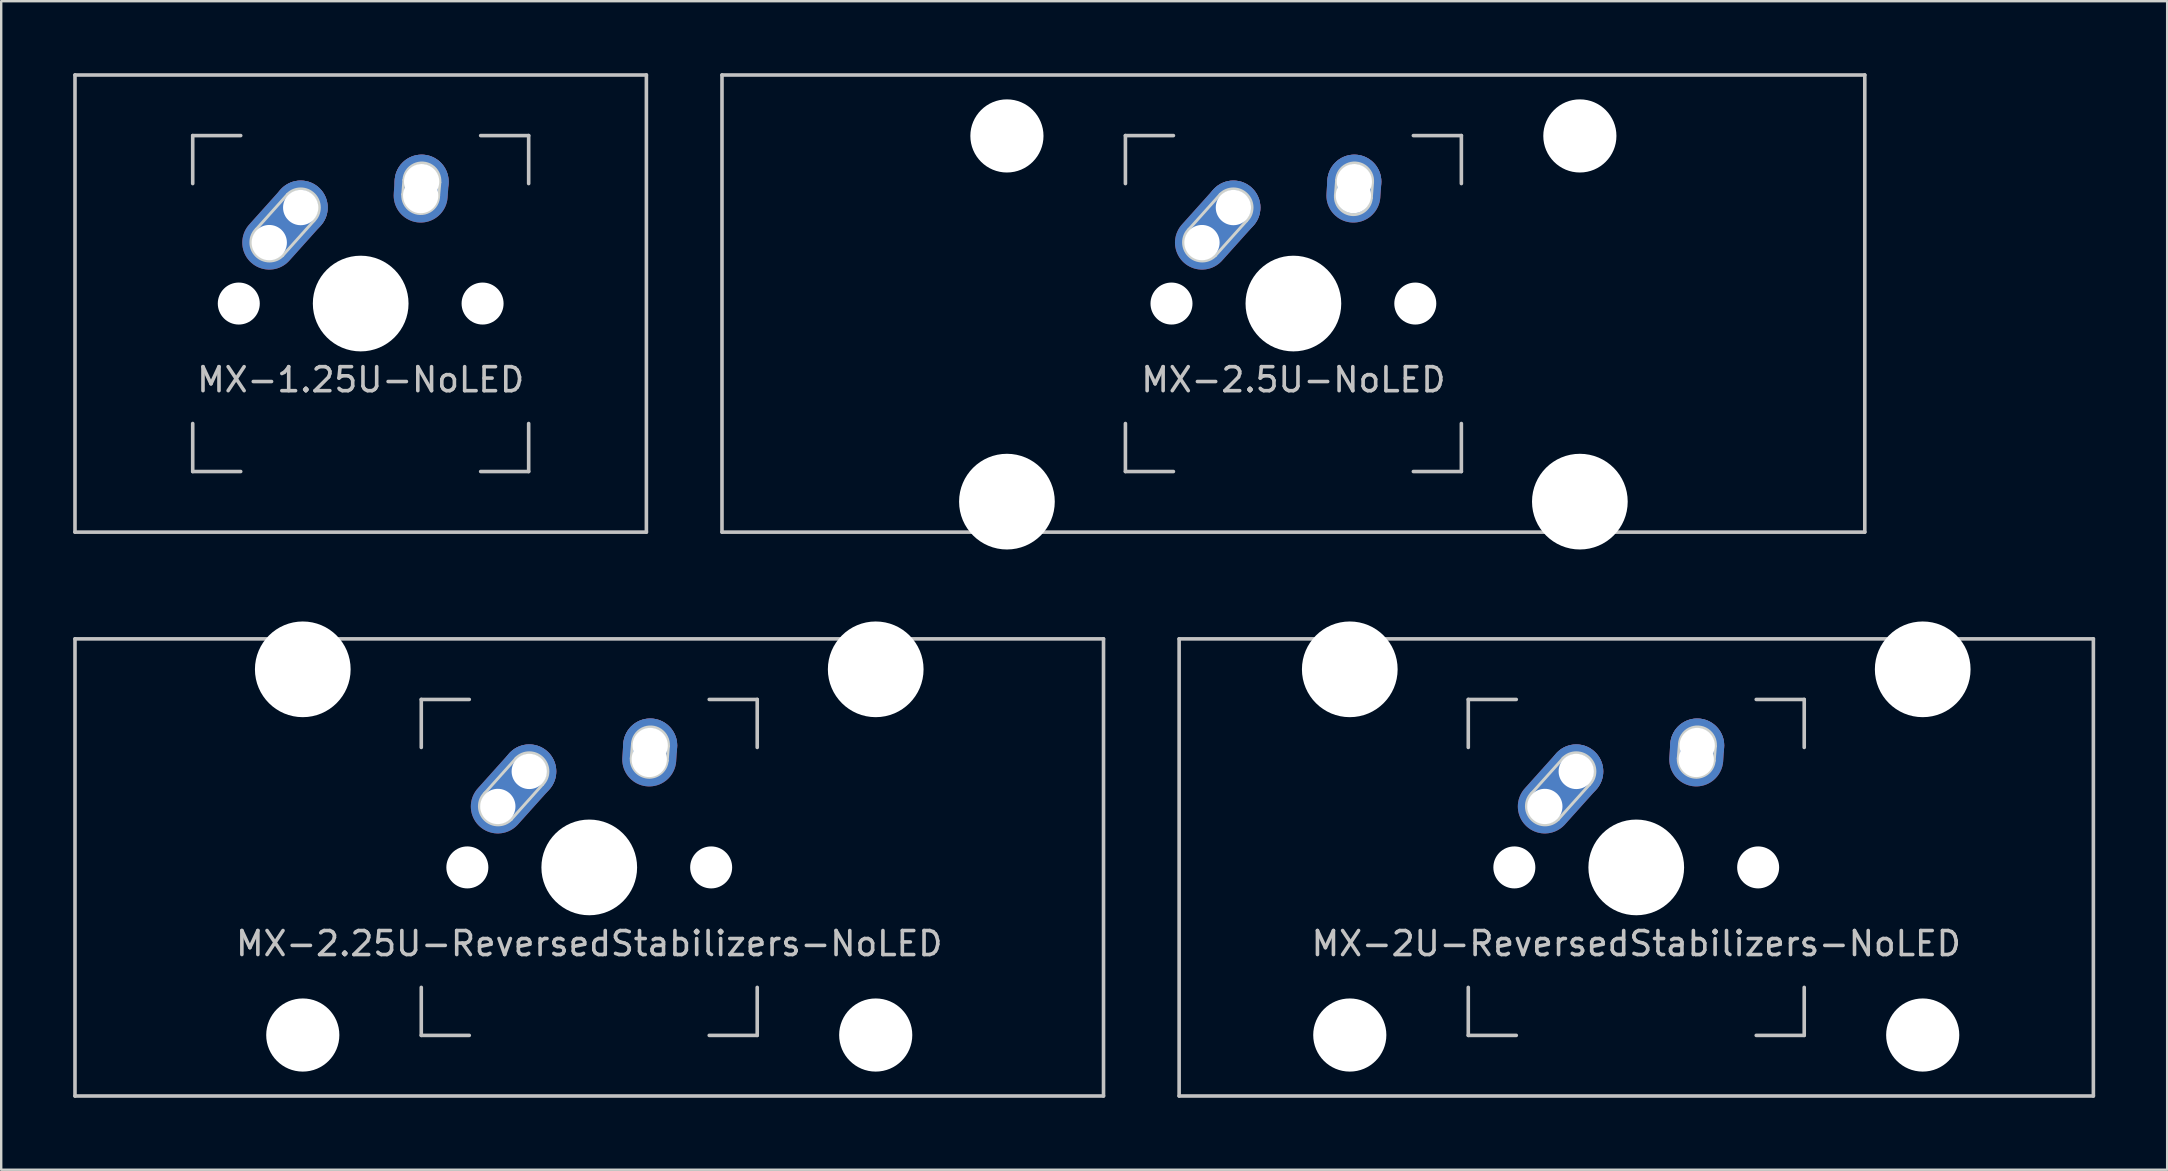
<source format=kicad_pcb>
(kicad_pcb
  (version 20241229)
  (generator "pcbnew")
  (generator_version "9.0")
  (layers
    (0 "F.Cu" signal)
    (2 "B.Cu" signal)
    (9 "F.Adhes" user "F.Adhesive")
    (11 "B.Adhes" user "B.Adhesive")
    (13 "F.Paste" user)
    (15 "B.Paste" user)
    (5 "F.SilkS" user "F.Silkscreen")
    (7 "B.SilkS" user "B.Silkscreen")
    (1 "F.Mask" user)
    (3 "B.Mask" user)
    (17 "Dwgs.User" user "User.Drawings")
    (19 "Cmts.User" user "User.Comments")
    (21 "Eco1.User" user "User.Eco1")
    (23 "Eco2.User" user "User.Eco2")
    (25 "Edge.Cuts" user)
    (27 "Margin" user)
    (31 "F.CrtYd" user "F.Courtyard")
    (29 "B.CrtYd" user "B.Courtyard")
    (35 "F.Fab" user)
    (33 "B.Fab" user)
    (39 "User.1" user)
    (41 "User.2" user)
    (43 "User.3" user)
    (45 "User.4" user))
  (footprint "MX-2.25U-ReversedStabilizers-NoLED"
    (layer "F.Cu")
    (at 21.506 33.098)
    (property "Reference" "MX-2.25U-ReversedStabilizers-NoLED" (at 0 3.175 0) (layer "Dwgs.User") (effects (font (size 1 1) (thickness 0.15))))
    (fp_line (start -21.431 -9.525) (end 21.431 -9.525) (stroke (width 0.15) (type solid)) (layer "Dwgs.User"))
    (fp_line (start -21.431 9.525) (end -21.431 -9.525) (stroke (width 0.15) (type solid)) (layer "Dwgs.User"))
    (fp_line (start -21.431 9.525) (end 21.431 9.525) (stroke (width 0.15) (type solid)) (layer "Dwgs.User"))
    (fp_line (start -7 -7) (end -7 -5) (stroke (width 0.15) (type solid)) (layer "Dwgs.User"))
    (fp_line (start -7 5) (end -7 7) (stroke (width 0.15) (type solid)) (layer "Dwgs.User"))
    (fp_line (start -7 7) (end -5 7) (stroke (width 0.15) (type solid)) (layer "Dwgs.User"))
    (fp_line (start -5 -7) (end -7 -7) (stroke (width 0.15) (type solid)) (layer "Dwgs.User"))
    (fp_line (start 5 -7) (end 7 -7) (stroke (width 0.15) (type solid)) (layer "Dwgs.User"))
    (fp_line (start 5 7) (end 7 7) (stroke (width 0.15) (type solid)) (layer "Dwgs.User"))
    (fp_line (start 7 -7) (end 7 -5) (stroke (width 0.15) (type solid)) (layer "Dwgs.User"))
    (fp_line (start 7 7) (end 7 5) (stroke (width 0.15) (type solid)) (layer "Dwgs.User"))
    (fp_line (start 21.431 -9.525) (end 21.431 9.525) (stroke (width 0.15) (type solid)) (layer "Dwgs.User"))
    (fp_line (start -4.35 -3.1) (end -3.05 -4.55) (stroke (width 0.12) (type solid)) (layer "Edge.Cuts"))
    (fp_line (start -1.95 -3.45) (end -3.25 -2) (stroke (width 0.12) (type solid)) (layer "Edge.Cuts"))
    (fp_line (start 1.8 -5.144) (end 1.75 -4.55) (stroke (width 0.12) (type solid)) (layer "Edge.Cuts"))
    (fp_line (start 3.3 -5.05) (end 3.25 -4.45) (stroke (width 0.12) (type solid)) (layer "Edge.Cuts"))
    (fp_arc (start -3.25 -2) (mid -4.35 -2) (end -4.35 -3.1) (stroke (width 0.12) (type solid)) (layer "Edge.Cuts"))
    (fp_arc (start -3.05 -4.55) (mid -1.95 -4.55) (end -1.95 -3.45) (stroke (width 0.12) (type solid)) (layer "Edge.Cuts"))
    (fp_arc (start 1.799633 -5.144139) (mid 2.59707 -5.850189) (end 3.299999 -5.05) (stroke (width 0.12) (type solid)) (layer "Edge.Cuts"))
    (fp_arc (start 3.249999 -4.45) (mid 2.45 -3.750001) (end 1.750001 -4.55) (stroke (width 0.12) (type solid)) (layer "Edge.Cuts"))
    (pad "" np_thru_hole circle (at -11.938 -8.255) (size 3.988 3.988) (drill 3.988) (layers "*.Cu" "*.Mask"))
    (pad "" np_thru_hole circle (at -11.938 6.985) (size 3.048 3.048) (drill 3.048) (layers "*.Cu" "*.Mask"))
    (pad "" np_thru_hole circle (at -5.08 0 48.1) (size 1.75 1.75) (drill 1.75) (layers "*.Cu" "*.Mask"))
    (pad "" np_thru_hole circle (at 0 0) (size 3.988 3.988) (drill 3.988) (layers "*.Cu" "*.Mask"))
    (pad "" np_thru_hole circle (at 5.08 0 48.1) (size 1.75 1.75) (drill 1.75) (layers "*.Cu" "*.Mask"))
    (pad "" np_thru_hole circle (at 11.938 -8.255) (size 3.988 3.988) (drill 3.988) (layers "*.Cu" "*.Mask"))
    (pad "" np_thru_hole circle (at 11.938 6.985) (size 3.048 3.048) (drill 3.048) (layers "*.Cu" "*.Mask"))
    (pad "1" thru_hole oval (at -3.81 -2.54 48.1) (size 4.212 2.25) (drill 1.47 (offset 0.981 0)) (layers "*.Cu" "B.Mask"))
    (pad "1" thru_hole circle (at -2.5 -4) (size 2.25 2.25) (drill 1.47) (layers "*.Cu" "B.Mask"))
    (pad "2" thru_hole oval (at 2.5 -4.5 86.055) (size 2.831 2.25) (drill 1.47 (offset 0.291 0)) (layers "*.Cu" "B.Mask"))
    (pad "2" thru_hole circle (at 2.54 -5.08) (size 2.25 2.25) (drill 1.47) (layers "*.Cu" "B.Mask")))
  (footprint "MX-2U-ReversedStabilizers-NoLED"
    (layer "F.Cu")
    (at 65.138 33.098)
    (property "Reference" "MX-2U-ReversedStabilizers-NoLED" (at 0 3.175 0) (layer "Dwgs.User") (effects (font (size 1 1) (thickness 0.15))))
    (fp_line (start -19.05 -9.525) (end 19.05 -9.525) (stroke (width 0.15) (type solid)) (layer "Dwgs.User"))
    (fp_line (start -19.05 9.525) (end -19.05 -9.525) (stroke (width 0.15) (type solid)) (layer "Dwgs.User"))
    (fp_line (start -19.05 9.525) (end 19.05 9.525) (stroke (width 0.15) (type solid)) (layer "Dwgs.User"))
    (fp_line (start -7 -7) (end -7 -5) (stroke (width 0.15) (type solid)) (layer "Dwgs.User"))
    (fp_line (start -7 5) (end -7 7) (stroke (width 0.15) (type solid)) (layer "Dwgs.User"))
    (fp_line (start -7 7) (end -5 7) (stroke (width 0.15) (type solid)) (layer "Dwgs.User"))
    (fp_line (start -5 -7) (end -7 -7) (stroke (width 0.15) (type solid)) (layer "Dwgs.User"))
    (fp_line (start 5 -7) (end 7 -7) (stroke (width 0.15) (type solid)) (layer "Dwgs.User"))
    (fp_line (start 5 7) (end 7 7) (stroke (width 0.15) (type solid)) (layer "Dwgs.User"))
    (fp_line (start 7 -7) (end 7 -5) (stroke (width 0.15) (type solid)) (layer "Dwgs.User"))
    (fp_line (start 7 7) (end 7 5) (stroke (width 0.15) (type solid)) (layer "Dwgs.User"))
    (fp_line (start 19.05 -9.525) (end 19.05 9.525) (stroke (width 0.15) (type solid)) (layer "Dwgs.User"))
    (fp_line (start -4.35 -3.1) (end -3.05 -4.55) (stroke (width 0.12) (type solid)) (layer "Edge.Cuts"))
    (fp_line (start -1.95 -3.45) (end -3.25 -2) (stroke (width 0.12) (type solid)) (layer "Edge.Cuts"))
    (fp_line (start 1.8 -5.144) (end 1.75 -4.55) (stroke (width 0.12) (type solid)) (layer "Edge.Cuts"))
    (fp_line (start 3.3 -5.05) (end 3.25 -4.45) (stroke (width 0.12) (type solid)) (layer "Edge.Cuts"))
    (fp_arc (start -3.25 -2) (mid -4.35 -2) (end -4.35 -3.1) (stroke (width 0.12) (type solid)) (layer "Edge.Cuts"))
    (fp_arc (start -3.05 -4.55) (mid -1.95 -4.55) (end -1.95 -3.45) (stroke (width 0.12) (type solid)) (layer "Edge.Cuts"))
    (fp_arc (start 1.799633 -5.144139) (mid 2.59707 -5.850189) (end 3.299999 -5.05) (stroke (width 0.12) (type solid)) (layer "Edge.Cuts"))
    (fp_arc (start 3.249999 -4.45) (mid 2.45 -3.750001) (end 1.750001 -4.55) (stroke (width 0.12) (type solid)) (layer "Edge.Cuts"))
    (pad "" np_thru_hole circle (at -11.938 -8.255) (size 3.988 3.988) (drill 3.988) (layers "*.Cu" "*.Mask"))
    (pad "" np_thru_hole circle (at -11.938 6.985) (size 3.048 3.048) (drill 3.048) (layers "*.Cu" "*.Mask"))
    (pad "" np_thru_hole circle (at -5.08 0 48.1) (size 1.75 1.75) (drill 1.75) (layers "*.Cu" "*.Mask"))
    (pad "" np_thru_hole circle (at 0 0) (size 3.988 3.988) (drill 3.988) (layers "*.Cu" "*.Mask"))
    (pad "" np_thru_hole circle (at 5.08 0 48.1) (size 1.75 1.75) (drill 1.75) (layers "*.Cu" "*.Mask"))
    (pad "" np_thru_hole circle (at 11.938 -8.255) (size 3.988 3.988) (drill 3.988) (layers "*.Cu" "*.Mask"))
    (pad "" np_thru_hole circle (at 11.938 6.985) (size 3.048 3.048) (drill 3.048) (layers "*.Cu" "*.Mask"))
    (pad "1" thru_hole oval (at -3.81 -2.54 48.1) (size 4.212 2.25) (drill 1.47 (offset 0.981 0)) (layers "*.Cu" "B.Mask"))
    (pad "1" thru_hole circle (at -2.5 -4) (size 2.25 2.25) (drill 1.47) (layers "*.Cu" "B.Mask"))
    (pad "2" thru_hole oval (at 2.5 -4.5 86.055) (size 2.831 2.25) (drill 1.47 (offset 0.291 0)) (layers "*.Cu" "B.Mask"))
    (pad "2" thru_hole circle (at 2.54 -5.08) (size 2.25 2.25) (drill 1.47) (layers "*.Cu" "B.Mask")))
  (footprint "MX-2.5U-NoLED"
    (layer "F.Cu")
    (at 50.85 9.6)
    (property "Reference" "MX-2.5U-NoLED" (at 0 3.175 0) (layer "Dwgs.User") (effects (font (size 1 1) (thickness 0.15))))
    (fp_line (start -23.812 -9.525) (end 23.812 -9.525) (stroke (width 0.15) (type solid)) (layer "Dwgs.User"))
    (fp_line (start -23.812 9.525) (end -23.812 -9.525) (stroke (width 0.15) (type solid)) (layer "Dwgs.User"))
    (fp_line (start -23.812 9.525) (end 23.812 9.525) (stroke (width 0.15) (type solid)) (layer "Dwgs.User"))
    (fp_line (start -7 -7) (end -7 -5) (stroke (width 0.15) (type solid)) (layer "Dwgs.User"))
    (fp_line (start -7 5) (end -7 7) (stroke (width 0.15) (type solid)) (layer "Dwgs.User"))
    (fp_line (start -7 7) (end -5 7) (stroke (width 0.15) (type solid)) (layer "Dwgs.User"))
    (fp_line (start -5 -7) (end -7 -7) (stroke (width 0.15) (type solid)) (layer "Dwgs.User"))
    (fp_line (start 5 -7) (end 7 -7) (stroke (width 0.15) (type solid)) (layer "Dwgs.User"))
    (fp_line (start 5 7) (end 7 7) (stroke (width 0.15) (type solid)) (layer "Dwgs.User"))
    (fp_line (start 7 -7) (end 7 -5) (stroke (width 0.15) (type solid)) (layer "Dwgs.User"))
    (fp_line (start 7 7) (end 7 5) (stroke (width 0.15) (type solid)) (layer "Dwgs.User"))
    (fp_line (start 23.812 -9.525) (end 23.812 9.525) (stroke (width 0.15) (type solid)) (layer "Dwgs.User"))
    (fp_line (start -4.35 -3.1) (end -3.05 -4.55) (stroke (width 0.12) (type solid)) (layer "Edge.Cuts"))
    (fp_line (start -1.95 -3.45) (end -3.25 -2) (stroke (width 0.12) (type solid)) (layer "Edge.Cuts"))
    (fp_line (start 1.8 -5.15) (end 1.75 -4.5) (stroke (width 0.12) (type solid)) (layer "Edge.Cuts"))
    (fp_line (start 3.3 -5.05) (end 3.25 -4.4) (stroke (width 0.12) (type solid)) (layer "Edge.Cuts"))
    (fp_arc (start -3.25 -2) (mid -4.35 -2) (end -4.35 -3.1) (stroke (width 0.12) (type solid)) (layer "Edge.Cuts"))
    (fp_arc (start -3.05 -4.55) (mid -1.95 -4.55) (end -1.95 -3.45) (stroke (width 0.12) (type solid)) (layer "Edge.Cuts"))
    (fp_arc (start 1.800001 -5.15) (mid 2.6 -5.849999) (end 3.299999 -5.05) (stroke (width 0.12) (type solid)) (layer "Edge.Cuts"))
    (fp_arc (start 3.249999 -4.4) (mid 2.45 -3.700001) (end 1.750001 -4.5) (stroke (width 0.12) (type solid)) (layer "Edge.Cuts"))
    (pad "" np_thru_hole circle (at -11.938 -6.985) (size 3.048 3.048) (drill 3.048) (layers "*.Cu" "*.Mask"))
    (pad "" np_thru_hole circle (at -11.938 8.255) (size 3.988 3.988) (drill 3.988) (layers "*.Cu" "*.Mask"))
    (pad "" np_thru_hole circle (at -5.08 0 48.1) (size 1.75 1.75) (drill 1.75) (layers "*.Cu" "*.Mask"))
    (pad "" np_thru_hole circle (at 0 0) (size 3.988 3.988) (drill 3.988) (layers "*.Cu" "*.Mask"))
    (pad "" np_thru_hole circle (at 5.08 0 48.1) (size 1.75 1.75) (drill 1.75) (layers "*.Cu" "*.Mask"))
    (pad "" np_thru_hole circle (at 11.938 -6.985) (size 3.048 3.048) (drill 3.048) (layers "*.Cu" "*.Mask"))
    (pad "" np_thru_hole circle (at 11.938 8.255) (size 3.988 3.988) (drill 3.988) (layers "*.Cu" "*.Mask"))
    (pad "1" thru_hole oval (at -3.81 -2.54 48.1) (size 4.212 2.25) (drill 1.47 (offset 0.981 0)) (layers "*.Cu" "B.Mask"))
    (pad "1" thru_hole circle (at -2.5 -4) (size 2.25 2.25) (drill 1.47) (layers "*.Cu" "B.Mask"))
    (pad "2" thru_hole oval (at 2.5 -4.5 86.055) (size 2.831 2.25) (drill 1.47 (offset 0.291 0)) (layers "*.Cu" "B.Mask"))
    (pad "2" thru_hole circle (at 2.54 -5.08) (size 2.25 2.25) (drill 1.47) (layers "*.Cu" "B.Mask")))
  (footprint "MX-1.25U-NoLED"
    (layer "F.Cu")
    (at 11.981 9.6)
    (property "Reference" "MX-1.25U-NoLED" (at 0 3.175 0) (layer "Dwgs.User") (effects (font (size 1 1) (thickness 0.15))))
    (fp_line (start -11.906 -9.525) (end 11.906 -9.525) (stroke (width 0.15) (type solid)) (layer "Dwgs.User"))
    (fp_line (start -11.906 9.525) (end -11.906 -9.525) (stroke (width 0.15) (type solid)) (layer "Dwgs.User"))
    (fp_line (start -7 -7) (end -7 -5) (stroke (width 0.15) (type solid)) (layer "Dwgs.User"))
    (fp_line (start -7 5) (end -7 7) (stroke (width 0.15) (type solid)) (layer "Dwgs.User"))
    (fp_line (start -7 7) (end -5 7) (stroke (width 0.15) (type solid)) (layer "Dwgs.User"))
    (fp_line (start -5 -7) (end -7 -7) (stroke (width 0.15) (type solid)) (layer "Dwgs.User"))
    (fp_line (start 5 -7) (end 7 -7) (stroke (width 0.15) (type solid)) (layer "Dwgs.User"))
    (fp_line (start 5 7) (end 7 7) (stroke (width 0.15) (type solid)) (layer "Dwgs.User"))
    (fp_line (start 7 -7) (end 7 -5) (stroke (width 0.15) (type solid)) (layer "Dwgs.User"))
    (fp_line (start 7 7) (end 7 5) (stroke (width 0.15) (type solid)) (layer "Dwgs.User"))
    (fp_line (start 11.906 -9.525) (end 11.906 9.525) (stroke (width 0.15) (type solid)) (layer "Dwgs.User"))
    (fp_line (start 11.906 9.525) (end -11.906 9.525) (stroke (width 0.15) (type solid)) (layer "Dwgs.User"))
    (fp_line (start -4.35 -3.1) (end -3.05 -4.55) (stroke (width 0.12) (type solid)) (layer "Edge.Cuts"))
    (fp_line (start -1.95 -3.45) (end -3.25 -2) (stroke (width 0.12) (type solid)) (layer "Edge.Cuts"))
    (fp_line (start 1.8 -5.15) (end 1.752 -4.55) (stroke (width 0.12) (type solid)) (layer "Edge.Cuts"))
    (fp_line (start 3.3 -5.05) (end 3.25 -4.5) (stroke (width 0.12) (type solid)) (layer "Edge.Cuts"))
    (fp_arc (start -3.25 -2) (mid -4.35 -2) (end -4.35 -3.1) (stroke (width 0.12) (type solid)) (layer "Edge.Cuts"))
    (fp_arc (start -3.05 -4.55) (mid -1.95 -4.55) (end -1.95 -3.45) (stroke (width 0.12) (type solid)) (layer "Edge.Cuts"))
    (fp_arc (start 1.800001 -5.15) (mid 2.6 -5.849999) (end 3.299999 -5.05) (stroke (width 0.12) (type solid)) (layer "Edge.Cuts"))
    (fp_arc (start 3.25 -4.5) (mid 2.475042 -3.750415) (end 1.751661 -4.549889) (stroke (width 0.12) (type solid)) (layer "Edge.Cuts"))
    (pad "" np_thru_hole circle (at -5.08 0 48.1) (size 1.75 1.75) (drill 1.75) (layers "*.Cu" "*.Mask"))
    (pad "" np_thru_hole circle (at 0 0) (size 3.988 3.988) (drill 3.988) (layers "*.Cu" "*.Mask"))
    (pad "" np_thru_hole circle (at 5.08 0 48.1) (size 1.75 1.75) (drill 1.75) (layers "*.Cu" "*.Mask"))
    (pad "1" thru_hole oval (at -3.81 -2.54 48.1) (size 4.212 2.25) (drill 1.47 (offset 0.981 0)) (layers "*.Cu" "B.Mask"))
    (pad "1" thru_hole circle (at -2.5 -4) (size 2.25 2.25) (drill 1.47) (layers "*.Cu" "B.Mask"))
    (pad "2" thru_hole oval (at 2.5 -4.5 86.055) (size 2.831 2.25) (drill 1.47 (offset 0.291 0)) (layers "*.Cu" "B.Mask"))
    (pad "2" thru_hole circle (at 2.54 -5.08) (size 2.25 2.25) (drill 1.47) (layers "*.Cu" "B.Mask")))
  (gr_rect
    (start -3 -3)
    (end 87.263 45.698)
    (stroke (width 0.1) (type default))
    (fill no)
    (layer "Edge.Cuts")))
</source>
